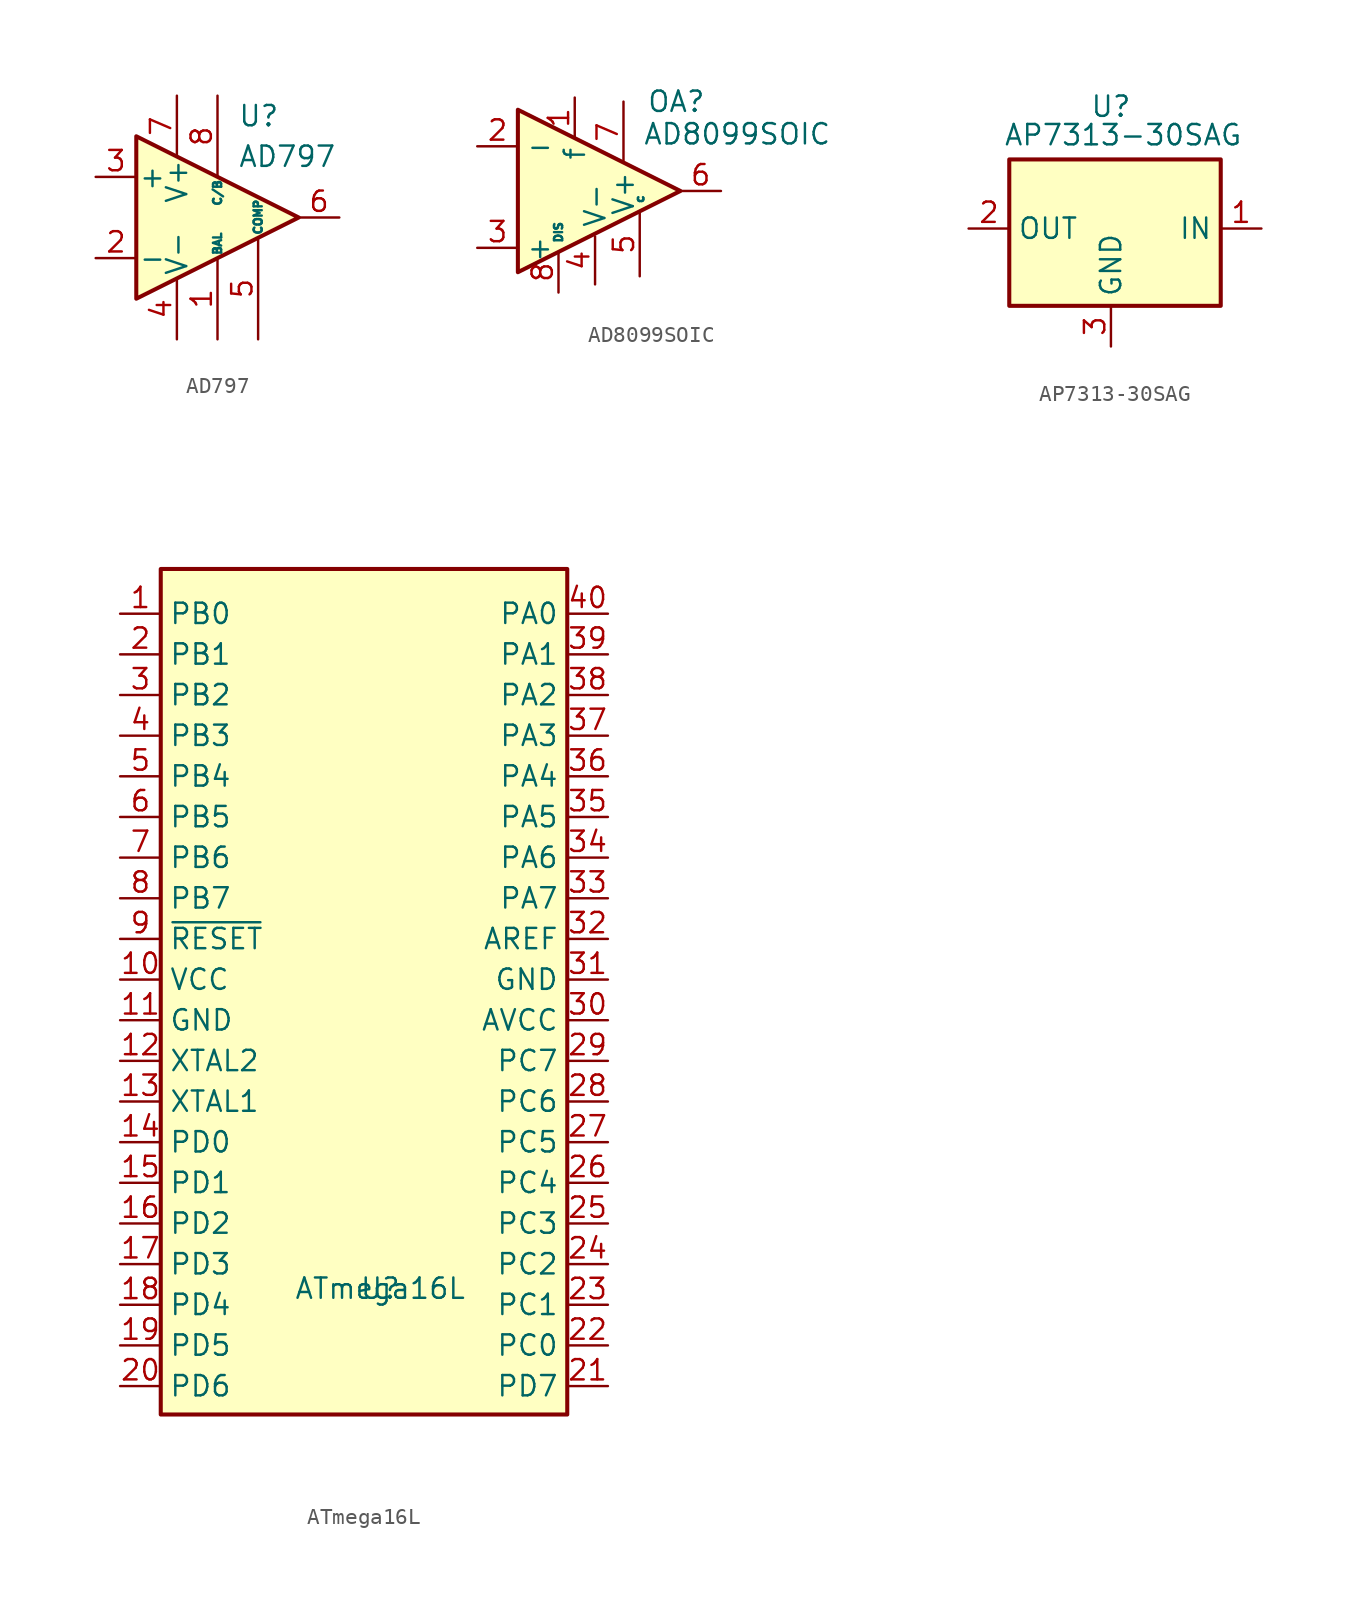
<source format=kicad_sym>
(kicad_symbol_lib
  (version 20211014)
  (generator kicad_symbol_editor)
  (symbol "AD797"
    (pin_names
      (offset 0.127))
    (property "Reference" "U"
      (at 1.27 6.35 0)
      (effects (font (size 1.27 1.27)) (justify left)))
    (property "Value" "AD797"
      (at 1.27 3.81 0)
      (effects (font (size 1.27 1.27)) (justify left)))
    (symbol "AD797_0_1"
      (polyline (pts (xy -5.08 5.08) (xy 5.08 0) (xy -5.08 -5.08) (xy -5.08 5.08)) (stroke (width 0.254) (type default) (color 0 0 0 0)) (fill (type background))))
    (symbol "AD797_1_1"
      (pin input line (at 0 -7.62 90) (length 5.08) (name "BAL" (effects (font (size 0.508 0.508)))) (number "1" (effects (font (size 1.27 1.27)))))
      (pin input line (at -7.62 -2.54 0) (length 2.54) (name "-" (effects (font (size 1.27 1.27)))) (number "2" (effects (font (size 1.27 1.27)))))
      (pin input line (at -7.62 2.54 0) (length 2.54) (name "+" (effects (font (size 1.27 1.27)))) (number "3" (effects (font (size 1.27 1.27)))))
      (pin power_in line (at -2.54 -7.62 90) (length 3.81) (name "V-" (effects (font (size 1.27 1.27)))) (number "4" (effects (font (size 1.27 1.27)))))
      (pin input line (at 2.54 -7.62 90) (length 6.35) (name "COMP" (effects (font (size 0.508 0.508)))) (number "5" (effects (font (size 1.27 1.27)))))
      (pin output line (at 7.62 0 180) (length 2.54) (name "~" (effects (font (size 1.27 1.27)))) (number "6" (effects (font (size 1.27 1.27)))))
      (pin power_in line (at -2.54 7.62 270) (length 3.81) (name "V+" (effects (font (size 1.27 1.27)))) (number "7" (effects (font (size 1.27 1.27)))))
      (pin input line (at 0 7.62 270) (length 5.08) (name "C/B" (effects (font (size 0.508 0.508)))) (number "8" (effects (font (size 1.27 1.27)))))))
  (symbol "AD8099SOIC"
    (property "Reference" "OA"
      (at 5.08 5.588 0)
      (effects (font (size 1.27 1.27))))
    (property "Value" "AD8099SOIC"
      (at 8.89 3.556 0)
      (effects (font (size 1.27 1.27))))
    (symbol "AD8099SOIC_0_1"
      (polyline (pts (xy -4.826 5.08) (xy 5.334 0) (xy -4.826 -5.08) (xy -4.826 5.08)) (stroke (width 0.254) (type default) (color 0 0 0 0)) (fill (type background))))
    (symbol "AD8099SOIC_1_1"
      (pin output line (at -1.27 5.842 270) (length 2.54) (name "f" (effects (font (size 1.27 1.27)))) (number "1" (effects (font (size 1.27 1.27)))))
      (pin input line (at -7.366 2.794 0) (length 2.54) (name "-" (effects (font (size 1.27 1.27)))) (number "2" (effects (font (size 1.27 1.27)))))
      (pin input line (at -7.366 -3.556 0) (length 2.54) (name "+" (effects (font (size 1.27 1.27)))) (number "3" (effects (font (size 1.27 1.27)))))
      (pin power_in line (at 0 -5.842 90) (length 3) (name "V-" (effects (font (size 1.27 1.27)))) (number "4" (effects (font (size 1.27 1.27)))))
      (pin input line (at 2.794 -5.334 90) (length 4) (name "c" (effects (font (size 0.508 0.508)))) (number "5" (effects (font (size 1.27 1.27)))))
      (pin output line (at 7.874 0 180) (length 2.54) (name "~" (effects (font (size 1.27 1.27)))) (number "6" (effects (font (size 1.27 1.27)))))
      (pin power_in line (at 1.778 5.588 270) (length 3.81) (name "V+" (effects (font (size 1.27 1.27)))) (number "7" (effects (font (size 1.27 1.27)))))
      (pin input line (at -2.286 -6.35 90) (length 2.54) (name "DIS" (effects (font (size 0.508 0.508)))) (number "8" (effects (font (size 1.27 1.27)))))))
  (symbol "AP7313-30SAG"
    (property "Reference" "U"
      (at 0 7.62 0)
      (effects (font (size 1.27 1.27))))
    (property "Value" "AP7313-30SAG"
      (at 0.762 5.842 0)
      (effects (font (size 1.27 1.27))))
    (symbol "AP7313-30SAG_0_1"
      (rectangle (start -6.35 4.318) (end 6.858 -4.826) (stroke (width 0.254) (type default) (color 0 0 0 0)) (fill (type background))))
    (symbol "AP7313-30SAG_1_1"
      (pin passive line (at 9.398 0 180) (length 2.54) (name "IN" (effects (font (size 1.27 1.27)))) (number "1" (effects (font (size 1.27 1.27)))))
      (pin passive line (at -8.89 0 0) (length 2.54) (name "OUT" (effects (font (size 1.27 1.27)))) (number "2" (effects (font (size 1.27 1.27)))))
      (pin passive line (at 0 -7.366 90) (length 2.54) (name "GND" (effects (font (size 1.27 1.27)))) (number "3" (effects (font (size 1.27 1.27)))))))
  (symbol "ATmega16L"
    (property "Reference" "U"
      (at 1.778 -15.494 0)
      (effects (font (size 1.27 1.27))))
    (property "Value" "ATmega16L"
      (at 1.778 -15.494 0)
      (effects (font (size 1.27 1.27))))
    (symbol "ATmega16L_0_1"
      (rectangle (start -11.938 29.464) (end 13.462 -23.368) (stroke (width 0.254) (type default) (color 0 0 0 0)) (fill (type background))))
    (symbol "ATmega16L_1_1"
      (pin bidirectional line (at -14.478 26.67 0) (length 2.54) (name "PB0" (effects (font (size 1.27 1.27)))) (number "1" (effects (font (size 1.27 1.27)))))
      (pin passive line (at -14.478 3.81 0) (length 2.54) (name "VCC" (effects (font (size 1.27 1.27)))) (number "10" (effects (font (size 1.27 1.27)))))
      (pin passive line (at -14.478 1.27 0) (length 2.54) (name "GND" (effects (font (size 1.27 1.27)))) (number "11" (effects (font (size 1.27 1.27)))))
      (pin output line (at -14.478 -1.27 0) (length 2.54) (name "XTAL2" (effects (font (size 1.27 1.27)))) (number "12" (effects (font (size 1.27 1.27)))))
      (pin input line (at -14.478 -3.81 0) (length 2.54) (name "XTAL1" (effects (font (size 1.27 1.27)))) (number "13" (effects (font (size 1.27 1.27)))))
      (pin bidirectional line (at -14.478 -6.35 0) (length 2.54) (name "PD0" (effects (font (size 1.27 1.27)))) (number "14" (effects (font (size 1.27 1.27)))))
      (pin bidirectional line (at -14.478 -8.89 0) (length 2.54) (name "PD1" (effects (font (size 1.27 1.27)))) (number "15" (effects (font (size 1.27 1.27)))))
      (pin bidirectional line (at -14.478 -11.43 0) (length 2.54) (name "PD2" (effects (font (size 1.27 1.27)))) (number "16" (effects (font (size 1.27 1.27)))))
      (pin bidirectional line (at -14.478 -13.97 0) (length 2.54) (name "PD3" (effects (font (size 1.27 1.27)))) (number "17" (effects (font (size 1.27 1.27)))))
      (pin bidirectional line (at -14.478 -16.51 0) (length 2.54) (name "PD4" (effects (font (size 1.27 1.27)))) (number "18" (effects (font (size 1.27 1.27)))))
      (pin bidirectional line (at -14.478 -19.05 0) (length 2.54) (name "PD5" (effects (font (size 1.27 1.27)))) (number "19" (effects (font (size 1.27 1.27)))))
      (pin bidirectional line (at -14.478 24.13 0) (length 2.54) (name "PB1" (effects (font (size 1.27 1.27)))) (number "2" (effects (font (size 1.27 1.27)))))
      (pin bidirectional line (at -14.478 -21.59 0) (length 2.54) (name "PD6" (effects (font (size 1.27 1.27)))) (number "20" (effects (font (size 1.27 1.27)))))
      (pin bidirectional line (at 16.002 -21.59 180) (length 2.54) (name "PD7" (effects (font (size 1.27 1.27)))) (number "21" (effects (font (size 1.27 1.27)))))
      (pin bidirectional line (at 16.002 -19.05 180) (length 2.54) (name "PC0" (effects (font (size 1.27 1.27)))) (number "22" (effects (font (size 1.27 1.27)))))
      (pin bidirectional line (at 16.002 -16.51 180) (length 2.54) (name "PC1" (effects (font (size 1.27 1.27)))) (number "23" (effects (font (size 1.27 1.27)))))
      (pin bidirectional line (at 16.002 -13.97 180) (length 2.54) (name "PC2" (effects (font (size 1.27 1.27)))) (number "24" (effects (font (size 1.27 1.27)))))
      (pin bidirectional line (at 16.002 -11.43 180) (length 2.54) (name "PC3" (effects (font (size 1.27 1.27)))) (number "25" (effects (font (size 1.27 1.27)))))
      (pin bidirectional line (at 16.002 -8.89 180) (length 2.54) (name "PC4" (effects (font (size 1.27 1.27)))) (number "26" (effects (font (size 1.27 1.27)))))
      (pin bidirectional line (at 16.002 -6.35 180) (length 2.54) (name "PC5" (effects (font (size 1.27 1.27)))) (number "27" (effects (font (size 1.27 1.27)))))
      (pin bidirectional line (at 16.002 -3.81 180) (length 2.54) (name "PC6" (effects (font (size 1.27 1.27)))) (number "28" (effects (font (size 1.27 1.27)))))
      (pin bidirectional line (at 16.002 -1.27 180) (length 2.54) (name "PC7" (effects (font (size 1.27 1.27)))) (number "29" (effects (font (size 1.27 1.27)))))
      (pin bidirectional line (at -14.478 21.59 0) (length 2.54) (name "PB2" (effects (font (size 1.27 1.27)))) (number "3" (effects (font (size 1.27 1.27)))))
      (pin passive line (at 16.002 1.27 180) (length 2.54) (name "AVCC" (effects (font (size 1.27 1.27)))) (number "30" (effects (font (size 1.27 1.27)))))
      (pin passive line (at 16.002 3.81 180) (length 2.54) (name "GND" (effects (font (size 1.27 1.27)))) (number "31" (effects (font (size 1.27 1.27)))))
      (pin passive line (at 16.002 6.35 180) (length 2.54) (name "AREF" (effects (font (size 1.27 1.27)))) (number "32" (effects (font (size 1.27 1.27)))))
      (pin bidirectional line (at 16.002 8.89 180) (length 2.54) (name "PA7" (effects (font (size 1.27 1.27)))) (number "33" (effects (font (size 1.27 1.27)))))
      (pin bidirectional line (at 16.002 11.43 180) (length 2.54) (name "PA6" (effects (font (size 1.27 1.27)))) (number "34" (effects (font (size 1.27 1.27)))))
      (pin bidirectional line (at 16.002 13.97 180) (length 2.54) (name "PA5" (effects (font (size 1.27 1.27)))) (number "35" (effects (font (size 1.27 1.27)))))
      (pin bidirectional line (at 16.002 16.51 180) (length 2.54) (name "PA4" (effects (font (size 1.27 1.27)))) (number "36" (effects (font (size 1.27 1.27)))))
      (pin bidirectional line (at 16.002 19.05 180) (length 2.54) (name "PA3" (effects (font (size 1.27 1.27)))) (number "37" (effects (font (size 1.27 1.27)))))
      (pin bidirectional line (at 16.002 21.59 180) (length 2.54) (name "PA2" (effects (font (size 1.27 1.27)))) (number "38" (effects (font (size 1.27 1.27)))))
      (pin bidirectional line (at 16.002 24.13 180) (length 2.54) (name "PA1" (effects (font (size 1.27 1.27)))) (number "39" (effects (font (size 1.27 1.27)))))
      (pin bidirectional line (at -14.478 19.05 0) (length 2.54) (name "PB3" (effects (font (size 1.27 1.27)))) (number "4" (effects (font (size 1.27 1.27)))))
      (pin bidirectional line (at 16.002 26.67 180) (length 2.54) (name "PA0" (effects (font (size 1.27 1.27)))) (number "40" (effects (font (size 1.27 1.27)))))
      (pin bidirectional line (at -14.478 16.51 0) (length 2.54) (name "PB4" (effects (font (size 1.27 1.27)))) (number "5" (effects (font (size 1.27 1.27)))))
      (pin bidirectional line (at -14.478 13.97 0) (length 2.54) (name "PB5" (effects (font (size 1.27 1.27)))) (number "6" (effects (font (size 1.27 1.27)))))
      (pin bidirectional line (at -14.478 11.43 0) (length 2.54) (name "PB6" (effects (font (size 1.27 1.27)))) (number "7" (effects (font (size 1.27 1.27)))))
      (pin bidirectional line (at -14.478 8.89 0) (length 2.54) (name "PB7" (effects (font (size 1.27 1.27)))) (number "8" (effects (font (size 1.27 1.27)))))
      (pin passive line (at -14.478 6.35 0) (length 2.54) (name "~{RESET}" (effects (font (size 1.27 1.27)))) (number "9" (effects (font (size 1.27 1.27))))))))
</source>
